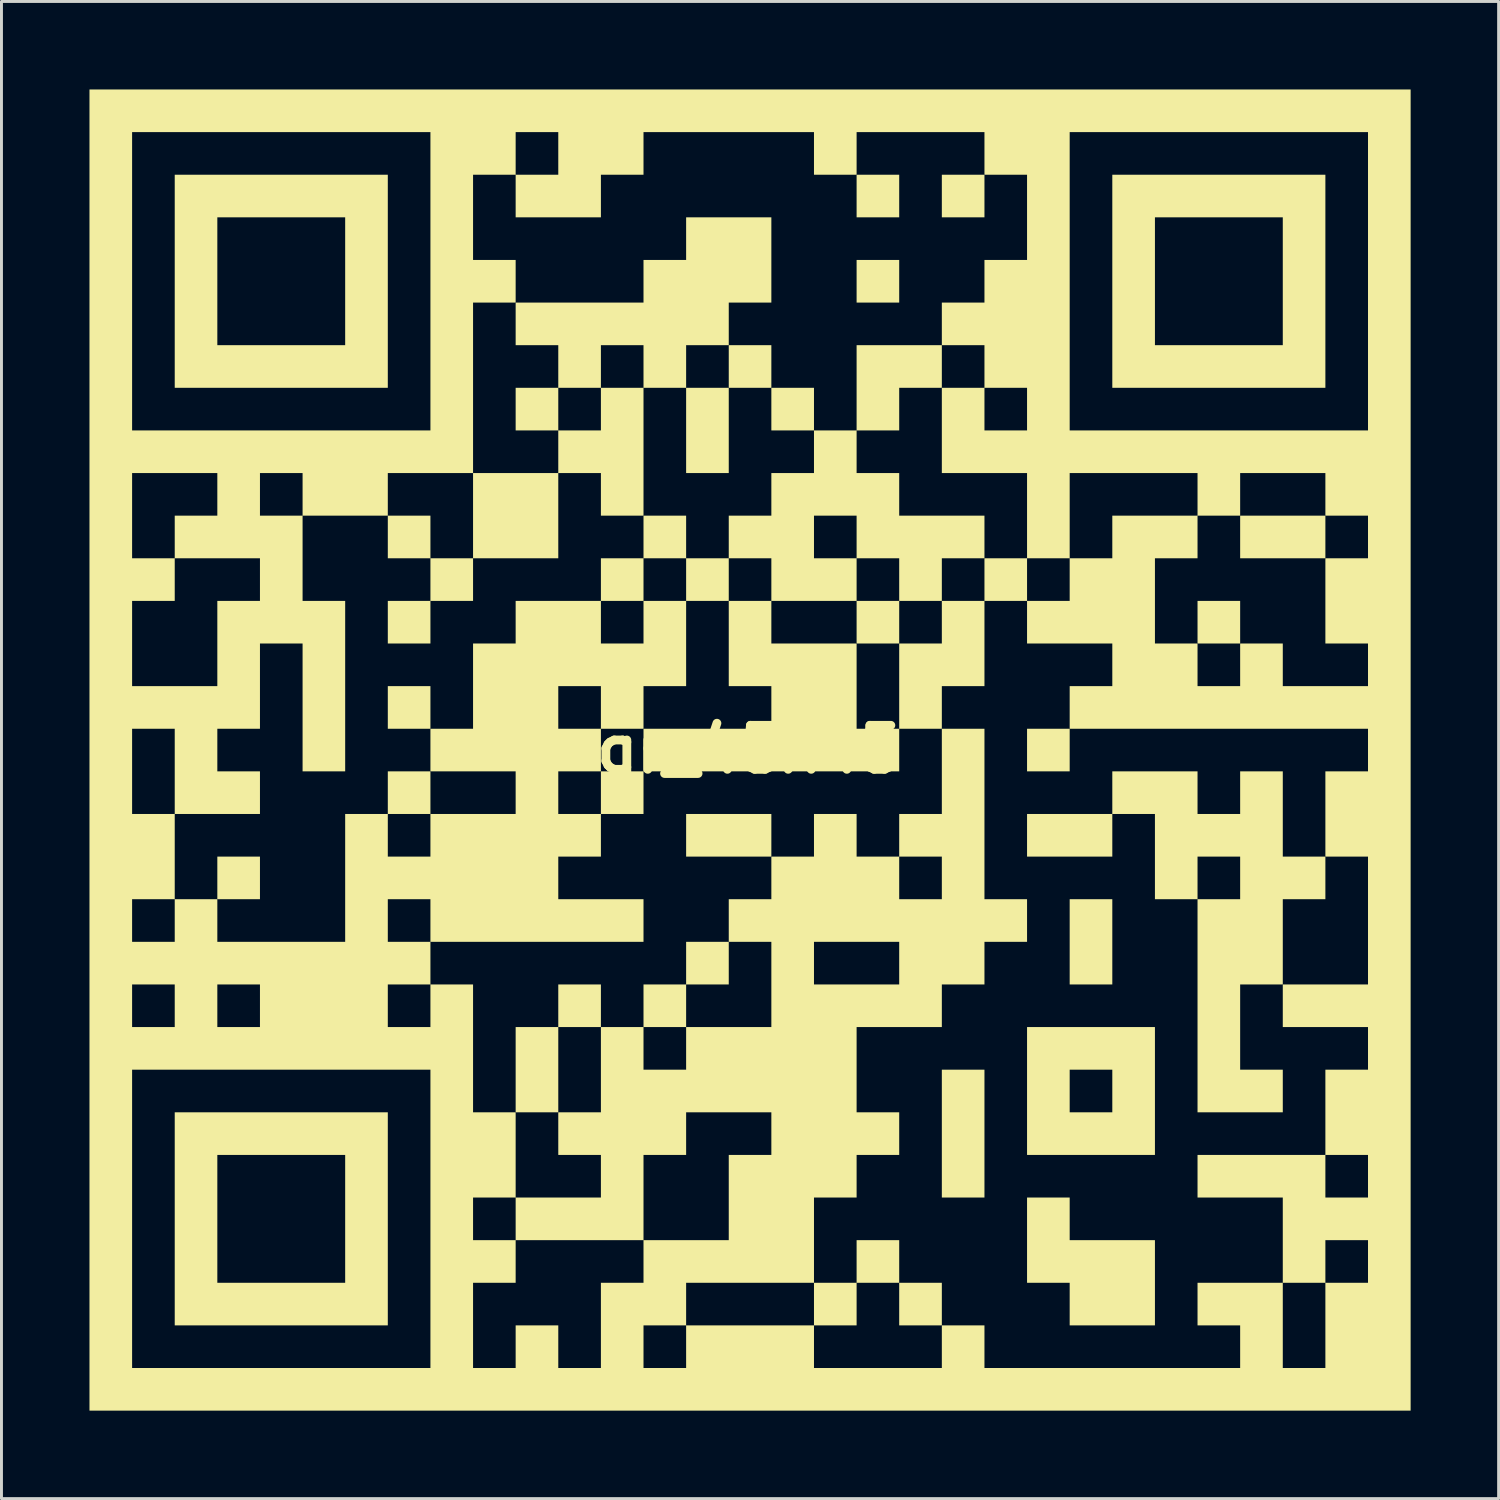
<source format=kicad_pcb>
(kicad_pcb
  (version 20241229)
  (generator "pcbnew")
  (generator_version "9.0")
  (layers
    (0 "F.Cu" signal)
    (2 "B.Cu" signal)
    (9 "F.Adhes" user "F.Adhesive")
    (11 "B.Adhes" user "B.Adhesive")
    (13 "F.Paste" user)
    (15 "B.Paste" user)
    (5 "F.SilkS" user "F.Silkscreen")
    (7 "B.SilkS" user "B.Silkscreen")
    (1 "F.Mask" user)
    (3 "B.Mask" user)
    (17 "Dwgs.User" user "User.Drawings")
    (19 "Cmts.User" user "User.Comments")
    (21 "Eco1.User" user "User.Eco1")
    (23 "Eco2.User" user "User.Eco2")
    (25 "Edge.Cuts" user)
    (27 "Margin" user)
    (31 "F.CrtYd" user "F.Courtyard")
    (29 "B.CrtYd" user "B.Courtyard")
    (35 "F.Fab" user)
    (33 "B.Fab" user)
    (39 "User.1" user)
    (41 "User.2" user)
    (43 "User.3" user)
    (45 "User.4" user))
  (footprint "qr_45x45"
    (layer "F.Cu")
    (at 22.495 22.495)
    (property "Reference" "qr_45x45" (at 0 0 0) (layer "F.SilkS") (effects (font (size 1.5 1.5) (thickness 0.3))))
    (attr board_only exclude_from_pos_files exclude_from_bom)
    (fp_poly (pts (xy -16.684 4.38) (xy -16.684 5.106) (xy -17.41 5.106) (xy -18.137 5.106) (xy -18.137 4.38) (xy -18.137 3.654) (xy -17.41 3.654) (xy -16.684 3.654)) (stroke (width 0) (type solid)) (fill yes) (layer "F.SilkS"))
    (fp_poly (pts (xy -10.873 -1.431) (xy -10.873 -0.704) (xy -11.599 -0.704) (xy -12.326 -0.704) (xy -12.326 -1.431) (xy -12.326 -2.157) (xy -11.599 -2.157) (xy -10.873 -2.157)) (stroke (width 0) (type solid)) (fill yes) (layer "F.SilkS"))
    (fp_poly (pts (xy -10.873 1.475) (xy -10.873 2.201) (xy -11.599 2.201) (xy -12.326 2.201) (xy -12.326 1.475) (xy -12.326 0.748) (xy -11.599 0.748) (xy -10.873 0.748)) (stroke (width 0) (type solid)) (fill yes) (layer "F.SilkS"))
    (fp_poly (pts (xy -0.704 -10.873) (xy -0.704 -9.42) (xy -1.431 -9.42) (xy -2.157 -9.42) (xy -2.157 -10.873) (xy -2.157 -12.326) (xy -1.431 -12.326) (xy -0.704 -12.326)) (stroke (width 0) (type solid)) (fill yes) (layer "F.SilkS"))
    (fp_poly (pts (xy 0.748 -13.052) (xy 0.748 -12.326) (xy 0.022 -12.326) (xy -0.704 -12.326) (xy -0.704 -13.052) (xy -0.704 -13.779) (xy 0.022 -13.779) (xy 0.748 -13.779)) (stroke (width 0) (type solid)) (fill yes) (layer "F.SilkS"))
    (fp_poly (pts (xy 0.748 2.927) (xy 0.748 3.654) (xy -0.704 3.654) (xy -2.157 3.654) (xy -2.157 2.927) (xy -2.157 2.201) (xy -0.704 2.201) (xy 0.748 2.201)) (stroke (width 0) (type solid)) (fill yes) (layer "F.SilkS"))
    (fp_poly (pts (xy 5.106 -18.863) (xy 5.106 -18.137) (xy 4.38 -18.137) (xy 3.654 -18.137) (xy 3.654 -18.863) (xy 3.654 -19.589) (xy 4.38 -19.589) (xy 5.106 -19.589)) (stroke (width 0) (type solid)) (fill yes) (layer "F.SilkS"))
    (fp_poly (pts (xy 5.106 -15.958) (xy 5.106 -15.231) (xy 4.38 -15.231) (xy 3.654 -15.231) (xy 3.654 -15.958) (xy 3.654 -16.684) (xy 4.38 -16.684) (xy 5.106 -16.684)) (stroke (width 0) (type solid)) (fill yes) (layer "F.SilkS"))
    (fp_poly (pts (xy 5.106 -4.336) (xy 5.106 -3.61) (xy 4.38 -3.61) (xy 3.654 -3.61) (xy 3.654 -4.336) (xy 3.654 -5.062) (xy 4.38 -5.062) (xy 5.106 -5.062)) (stroke (width 0) (type solid)) (fill yes) (layer "F.SilkS"))
    (fp_poly (pts (xy 6.559 18.907) (xy 6.559 19.633) (xy 5.833 19.633) (xy 5.106 19.633) (xy 5.106 18.907) (xy 5.106 18.181) (xy 5.833 18.181) (xy 6.559 18.181)) (stroke (width 0) (type solid)) (fill yes) (layer "F.SilkS"))
    (fp_poly (pts (xy 8.012 -18.863) (xy 8.012 -18.137) (xy 7.285 -18.137) (xy 6.559 -18.137) (xy 6.559 -18.863) (xy 6.559 -19.589) (xy 7.285 -19.589) (xy 8.012 -19.589)) (stroke (width 0) (type solid)) (fill yes) (layer "F.SilkS"))
    (fp_poly (pts (xy 8.012 13.096) (xy 8.012 15.275) (xy 7.285 15.275) (xy 6.559 15.275) (xy 6.559 13.096) (xy 6.559 10.917) (xy 7.285 10.917) (xy 8.012 10.917)) (stroke (width 0) (type solid)) (fill yes) (layer "F.SilkS"))
    (fp_poly (pts (xy 10.917 0.022) (xy 10.917 0.748) (xy 10.191 0.748) (xy 9.464 0.748) (xy 9.464 0.022) (xy 9.464 -0.704) (xy 10.191 -0.704) (xy 10.917 -0.704)) (stroke (width 0) (type solid)) (fill yes) (layer "F.SilkS"))
    (fp_poly (pts (xy 12.37 6.559) (xy 12.37 8.012) (xy 11.644 8.012) (xy 10.917 8.012) (xy 10.917 6.559) (xy 10.917 5.106) (xy 11.644 5.106) (xy 12.37 5.106)) (stroke (width 0) (type solid)) (fill yes) (layer "F.SilkS"))
    (fp_poly (pts (xy 16.728 -4.336) (xy 16.728 -3.61) (xy 16.002 -3.61) (xy 15.275 -3.61) (xy 15.275 -4.336) (xy 15.275 -5.062) (xy 16.002 -5.062) (xy 16.728 -5.062)) (stroke (width 0) (type solid)) (fill yes) (layer "F.SilkS"))
    (fp_poly (pts (xy 19.633 -7.241) (xy 19.633 -6.515) (xy 18.181 -6.515) (xy 16.728 -6.515) (xy 16.728 -7.241) (xy 16.728 -7.968) (xy 18.181 -7.968) (xy 19.633 -7.968)) (stroke (width 0) (type solid)) (fill yes) (layer "F.SilkS"))
    (fp_poly (pts (xy -5.062 8.738) (xy -5.062 9.464) (xy -5.789 9.464) (xy -6.515 9.464) (xy -6.515 10.917) (xy -6.515 12.37) (xy -7.241 12.37) (xy -7.968 12.37) (xy -7.968 10.917) (xy -7.968 9.464) (xy -7.241 9.464) (xy -6.515 9.464) (xy -6.515 8.738) (xy -6.515 8.012) (xy -5.789 8.012) (xy -5.062 8.012)) (stroke (width 0) (type solid)) (fill yes) (layer "F.SilkS"))
    (fp_poly (pts (xy -0.704 7.285) (xy -0.704 8.012) (xy -1.431 8.012) (xy -2.157 8.012) (xy -2.157 8.738) (xy -2.157 9.464) (xy -2.883 9.464) (xy -3.61 9.464) (xy -3.61 8.738) (xy -3.61 8.012) (xy -2.883 8.012) (xy -2.157 8.012) (xy -2.157 7.285) (xy -2.157 6.559) (xy -1.431 6.559) (xy -0.704 6.559)) (stroke (width 0) (type solid)) (fill yes) (layer "F.SilkS"))
    (fp_poly (pts (xy 5.106 17.454) (xy 5.106 18.181) (xy 4.38 18.181) (xy 3.654 18.181) (xy 3.654 18.907) (xy 3.654 19.633) (xy 2.927 19.633) (xy 2.201 19.633) (xy 2.201 18.907) (xy 2.201 18.181) (xy 2.927 18.181) (xy 3.654 18.181) (xy 3.654 17.454) (xy 3.654 16.728) (xy 4.38 16.728) (xy 5.106 16.728)) (stroke (width 0) (type solid)) (fill yes) (layer "F.SilkS"))
    (fp_poly (pts (xy 10.917 16.002) (xy 10.917 16.728) (xy 12.37 16.728) (xy 13.823 16.728) (xy 13.823 18.181) (xy 13.823 19.633) (xy 12.37 19.633) (xy 10.917 19.633) (xy 10.917 18.907) (xy 10.917 18.181) (xy 10.191 18.181) (xy 9.464 18.181) (xy 9.464 16.728) (xy 9.464 15.275) (xy 10.191 15.275) (xy 10.917 15.275)) (stroke (width 0) (type solid)) (fill yes) (layer "F.SilkS"))
    (fp_poly (pts (xy -12.326 -15.958) (xy -12.326 -12.326) (xy -15.958 -12.326) (xy -19.589 -12.326) (xy -19.589 -15.958) (xy -19.589 -18.137) (xy -18.137 -18.137) (xy -18.137 -15.958) (xy -18.137 -13.779) (xy -15.958 -13.779) (xy -13.779 -13.779) (xy -13.779 -15.958) (xy -13.779 -18.137) (xy -15.958 -18.137) (xy -18.137 -18.137) (xy -19.589 -18.137) (xy -19.589 -19.589) (xy -15.958 -19.589) (xy -12.326 -19.589)) (stroke (width 0) (type solid)) (fill yes) (layer "F.SilkS"))
    (fp_poly (pts (xy -12.326 16.002) (xy -12.326 19.633) (xy -15.958 19.633) (xy -19.589 19.633) (xy -19.589 16.002) (xy -19.589 13.823) (xy -18.137 13.823) (xy -18.137 16.002) (xy -18.137 18.181) (xy -15.958 18.181) (xy -13.779 18.181) (xy -13.779 16.002) (xy -13.779 13.823) (xy -15.958 13.823) (xy -18.137 13.823) (xy -19.589 13.823) (xy -19.589 12.37) (xy -15.958 12.37) (xy -12.326 12.37)) (stroke (width 0) (type solid)) (fill yes) (layer "F.SilkS"))
    (fp_poly (pts (xy 13.823 11.644) (xy 13.823 13.823) (xy 11.644 13.823) (xy 9.464 13.823) (xy 9.464 11.644) (xy 9.464 10.917) (xy 10.917 10.917) (xy 10.917 11.644) (xy 10.917 12.37) (xy 11.644 12.37) (xy 12.37 12.37) (xy 12.37 11.644) (xy 12.37 10.917) (xy 11.644 10.917) (xy 10.917 10.917) (xy 9.464 10.917) (xy 9.464 9.464) (xy 11.644 9.464) (xy 13.823 9.464)) (stroke (width 0) (type solid)) (fill yes) (layer "F.SilkS"))
    (fp_poly (pts (xy 19.633 -15.958) (xy 19.633 -12.326) (xy 16.002 -12.326) (xy 12.37 -12.326) (xy 12.37 -15.958) (xy 12.37 -18.137) (xy 13.823 -18.137) (xy 13.823 -15.958) (xy 13.823 -13.779) (xy 16.002 -13.779) (xy 18.181 -13.779) (xy 18.181 -15.958) (xy 18.181 -18.137) (xy 16.002 -18.137) (xy 13.823 -18.137) (xy 12.37 -18.137) (xy 12.37 -19.589) (xy 16.002 -19.589) (xy 19.633 -19.589)) (stroke (width 0) (type solid)) (fill yes) (layer "F.SilkS"))
    (fp_poly (pts (xy 9.464 -5.789) (xy 9.464 -5.062) (xy 8.738 -5.062) (xy 8.012 -5.062) (xy 8.012 -3.61) (xy 8.012 -2.157) (xy 7.285 -2.157) (xy 6.559 -2.157) (xy 6.559 -1.431) (xy 6.559 -0.704) (xy 5.833 -0.704) (xy 5.106 -0.704) (xy 5.106 0.022) (xy 5.106 0.748) (xy 0.748 0.748) (xy -3.61 0.748) (xy -3.61 1.475) (xy -3.61 2.201) (xy -4.336 2.201) (xy -5.062 2.201) (xy -5.062 1.475) (xy -5.062 0.748) (xy -4.336 0.748) (xy -3.61 0.748) (xy -3.61 0.022) (xy -3.61 -0.704) (xy -1.431 -0.704) (xy 0.748 -0.704) (xy 0.748 -1.431) (xy 0.748 -2.157) (xy 0.022 -2.157) (xy -0.704 -2.157) (xy -0.704 -3.61) (xy -0.704 -5.062) (xy 0.022 -5.062) (xy 0.748 -5.062) (xy 0.748 -4.336) (xy 0.748 -3.61) (xy 2.201 -3.61) (xy 3.654 -3.61) (xy 3.654 -2.157) (xy 3.654 -0.704) (xy 4.38 -0.704) (xy 5.106 -0.704) (xy 5.106 -2.157) (xy 5.106 -3.61) (xy 5.833 -3.61) (xy 6.559 -3.61) (xy 6.559 -4.336) (xy 6.559 -5.062) (xy 7.285 -5.062) (xy 8.012 -5.062) (xy 8.012 -5.789) (xy 8.012 -6.515) (xy 8.738 -6.515) (xy 9.464 -6.515)) (stroke (width 0) (type solid)) (fill yes) (layer "F.SilkS"))
    (fp_poly (pts (xy 15.275 1.475) (xy 15.275 2.201) (xy 16.002 2.201) (xy 16.728 2.201) (xy 16.728 1.475) (xy 16.728 0.748) (xy 17.454 0.748) (xy 18.181 0.748) (xy 18.181 2.201) (xy 18.181 3.654) (xy 18.907 3.654) (xy 19.633 3.654) (xy 19.633 4.38) (xy 19.633 5.106) (xy 18.907 5.106) (xy 18.181 5.106) (xy 18.181 6.559) (xy 18.181 8.012) (xy 17.454 8.012) (xy 16.728 8.012) (xy 16.728 9.464) (xy 16.728 10.917) (xy 17.454 10.917) (xy 18.181 10.917) (xy 18.181 11.644) (xy 18.181 12.37) (xy 16.728 12.37) (xy 15.275 12.37) (xy 15.275 8.738) (xy 15.275 5.106) (xy 14.549 5.106) (xy 13.823 5.106) (xy 13.823 3.654) (xy 15.275 3.654) (xy 15.275 4.38) (xy 15.275 5.106) (xy 16.002 5.106) (xy 16.728 5.106) (xy 16.728 4.38) (xy 16.728 3.654) (xy 16.002 3.654) (xy 15.275 3.654) (xy 13.823 3.654) (xy 13.823 2.201) (xy 13.096 2.201) (xy 12.37 2.201) (xy 12.37 2.927) (xy 12.37 3.654) (xy 10.917 3.654) (xy 9.464 3.654) (xy 9.464 2.927) (xy 9.464 2.201) (xy 10.917 2.201) (xy 12.37 2.201) (xy 12.37 1.475) (xy 12.37 0.748) (xy 13.823 0.748) (xy 15.275 0.748)) (stroke (width 0) (type solid)) (fill yes) (layer "F.SilkS"))
    (fp_poly (pts (xy 0.748 -16.684) (xy 0.748 -15.231) (xy 0.022 -15.231) (xy -0.704 -15.231) (xy -0.704 -14.505) (xy -0.704 -13.779) (xy -1.431 -13.779) (xy -2.157 -13.779) (xy -2.157 -13.052) (xy -2.157 -12.326) (xy -2.883 -12.326) (xy -3.61 -12.326) (xy -3.61 -13.052) (xy -3.61 -13.779) (xy -4.336 -13.779) (xy -5.062 -13.779) (xy -5.062 -13.052) (xy -5.062 -12.326) (xy -5.789 -12.326) (xy -6.515 -12.326) (xy -6.515 -11.599) (xy -6.515 -10.873) (xy -5.789 -10.873) (xy -5.062 -10.873) (xy -5.062 -11.599) (xy -5.062 -12.326) (xy -4.336 -12.326) (xy -3.61 -12.326) (xy -3.61 -10.147) (xy -3.61 -7.968) (xy -4.336 -7.968) (xy -5.062 -7.968) (xy -5.062 -8.694) (xy -5.062 -9.42) (xy -5.789 -9.42) (xy -6.515 -9.42) (xy -6.515 -7.968) (xy -6.515 -6.515) (xy -7.968 -6.515) (xy -9.42 -6.515) (xy -9.42 -5.789) (xy -9.42 -5.062) (xy -10.147 -5.062) (xy -10.873 -5.062) (xy -10.873 -4.336) (xy -10.873 -3.61) (xy -11.599 -3.61) (xy -12.326 -3.61) (xy -12.326 -4.336) (xy -12.326 -5.062) (xy -11.599 -5.062) (xy -10.873 -5.062) (xy -10.873 -5.789) (xy -10.873 -6.515) (xy -11.599 -6.515) (xy -12.326 -6.515) (xy -12.326 -7.241) (xy -12.326 -7.968) (xy -11.599 -7.968) (xy -10.873 -7.968) (xy -10.873 -7.241) (xy -10.873 -6.515) (xy -10.147 -6.515) (xy -9.42 -6.515) (xy -9.42 -7.968) (xy -9.42 -9.42) (xy -7.968 -9.42) (xy -6.515 -9.42) (xy -6.515 -10.147) (xy -6.515 -10.873) (xy -7.241 -10.873) (xy -7.968 -10.873) (xy -7.968 -11.599) (xy -7.968 -12.326) (xy -7.241 -12.326) (xy -6.515 -12.326) (xy -6.515 -13.052) (xy -6.515 -13.779) (xy -7.241 -13.779) (xy -7.968 -13.779) (xy -7.968 -14.505) (xy -7.968 -15.231) (xy -5.789 -15.231) (xy -3.61 -15.231) (xy -3.61 -15.958) (xy -3.61 -16.684) (xy -2.883 -16.684) (xy -2.157 -16.684) (xy -2.157 -17.41) (xy -2.157 -18.137) (xy -0.704 -18.137) (xy 0.748 -18.137)) (stroke (width 0) (type solid)) (fill yes) (layer "F.SilkS"))
    (fp_poly (pts (xy 6.559 -13.052) (xy 6.559 -12.326) (xy 5.833 -12.326) (xy 5.106 -12.326) (xy 5.106 -11.599) (xy 5.106 -10.873) (xy 4.38 -10.873) (xy 3.654 -10.873) (xy 3.654 -10.147) (xy 3.654 -9.42) (xy 4.38 -9.42) (xy 5.106 -9.42) (xy 5.106 -8.694) (xy 5.106 -7.968) (xy 6.559 -7.968) (xy 8.012 -7.968) (xy 8.012 -7.241) (xy 8.012 -6.515) (xy 7.285 -6.515) (xy 6.559 -6.515) (xy 6.559 -5.789) (xy 6.559 -5.062) (xy 5.833 -5.062) (xy 5.106 -5.062) (xy 5.106 -5.789) (xy 5.106 -6.515) (xy 4.38 -6.515) (xy 3.654 -6.515) (xy 3.654 -5.789) (xy 3.654 -5.062) (xy 2.201 -5.062) (xy 0.748 -5.062) (xy 0.748 -5.789) (xy 0.748 -6.515) (xy 0.022 -6.515) (xy -0.704 -6.515) (xy -0.704 -5.789) (xy -0.704 -5.062) (xy -1.431 -5.062) (xy -2.157 -5.062) (xy -2.157 -5.789) (xy -2.157 -6.515) (xy -2.883 -6.515) (xy -3.61 -6.515) (xy -3.61 -5.789) (xy -3.61 -5.062) (xy -4.336 -5.062) (xy -5.062 -5.062) (xy -5.062 -5.789) (xy -5.062 -6.515) (xy -4.336 -6.515) (xy -3.61 -6.515) (xy -3.61 -7.241) (xy -3.61 -7.968) (xy -2.883 -7.968) (xy -2.157 -7.968) (xy -2.157 -7.241) (xy -2.157 -6.515) (xy -1.431 -6.515) (xy -0.704 -6.515) (xy -0.704 -7.241) (xy -0.704 -7.968) (xy 0.022 -7.968) (xy 0.748 -7.968) (xy 2.201 -7.968) (xy 2.201 -7.241) (xy 2.201 -6.515) (xy 2.927 -6.515) (xy 3.654 -6.515) (xy 3.654 -7.241) (xy 3.654 -7.968) (xy 2.927 -7.968) (xy 2.201 -7.968) (xy 0.748 -7.968) (xy 0.748 -8.694) (xy 0.748 -9.42) (xy 1.475 -9.42) (xy 2.201 -9.42) (xy 2.201 -10.147) (xy 2.201 -10.873) (xy 1.475 -10.873) (xy 0.748 -10.873) (xy 0.748 -11.599) (xy 0.748 -12.326) (xy 1.475 -12.326) (xy 2.201 -12.326) (xy 2.201 -11.599) (xy 2.201 -10.873) (xy 2.927 -10.873) (xy 3.654 -10.873) (xy 3.654 -12.326) (xy 3.654 -13.779) (xy 5.106 -13.779) (xy 6.559 -13.779)) (stroke (width 0) (type solid)) (fill yes) (layer "F.SilkS"))
    (fp_poly (pts (xy 22.539 0.022) (xy 22.539 22.539) (xy 0.022 22.539) (xy -22.495 22.539) (xy -22.495 10.917) (xy -21.042 10.917) (xy -21.042 16.002) (xy -21.042 21.086) (xy -15.958 21.086) (xy -10.873 21.086) (xy -10.873 16.002) (xy -10.873 10.917) (xy -15.958 10.917) (xy -21.042 10.917) (xy -22.495 10.917) (xy -22.495 8.012) (xy -21.042 8.012) (xy -21.042 8.738) (xy -21.042 9.464) (xy -20.316 9.464) (xy -19.589 9.464) (xy -19.589 8.738) (xy -19.589 8.012) (xy -18.137 8.012) (xy -18.137 8.738) (xy -18.137 9.464) (xy -17.41 9.464) (xy -16.684 9.464) (xy -16.684 8.738) (xy -16.684 8.012) (xy -17.41 8.012) (xy -18.137 8.012) (xy -19.589 8.012) (xy -20.316 8.012) (xy -21.042 8.012) (xy -22.495 8.012) (xy -22.495 6.559) (xy -21.042 6.559) (xy -20.316 6.559) (xy -19.589 6.559) (xy -19.589 5.833) (xy -19.589 5.106) (xy -18.863 5.106) (xy -18.137 5.106) (xy -18.137 5.833) (xy -18.137 6.559) (xy -15.958 6.559) (xy -13.779 6.559) (xy -13.779 4.38) (xy -13.779 2.201) (xy -13.052 2.201) (xy -12.326 2.201) (xy -12.326 2.927) (xy -12.326 3.654) (xy -11.599 3.654) (xy -10.873 3.654) (xy -10.873 2.927) (xy -10.873 2.201) (xy -9.42 2.201) (xy -7.968 2.201) (xy -7.968 1.475) (xy -7.968 0.748) (xy -9.42 0.748) (xy -10.873 0.748) (xy -10.873 0.022) (xy -10.873 -0.704) (xy -10.147 -0.704) (xy -9.42 -0.704) (xy -9.42 -2.157) (xy -9.42 -3.61) (xy -8.694 -3.61) (xy -7.968 -3.61) (xy -7.968 -4.336) (xy -7.968 -5.062) (xy -6.515 -5.062) (xy -5.062 -5.062) (xy -5.062 -4.336) (xy -5.062 -3.61) (xy -4.336 -3.61) (xy -3.61 -3.61) (xy -3.61 -4.336) (xy -3.61 -5.062) (xy -2.883 -5.062) (xy -2.157 -5.062) (xy -2.157 -3.61) (xy -2.157 -2.157) (xy -2.883 -2.157) (xy -3.61 -2.157) (xy -3.61 -1.431) (xy -3.61 -0.704) (xy -4.336 -0.704) (xy -5.062 -0.704) (xy -5.062 -1.431) (xy -5.062 -2.157) (xy -5.789 -2.157) (xy -6.515 -2.157) (xy -6.515 -1.431) (xy -6.515 -0.704) (xy -5.789 -0.704) (xy -5.062 -0.704) (xy -5.062 0.022) (xy -5.062 0.748) (xy -5.789 0.748) (xy -6.515 0.748) (xy -6.515 1.475) (xy -6.515 2.201) (xy -5.789 2.201) (xy -5.062 2.201) (xy -5.062 2.927) (xy -5.062 3.654) (xy -5.789 3.654) (xy -6.515 3.654) (xy -6.515 4.38) (xy -6.515 5.106) (xy -5.062 5.106) (xy -3.61 5.106) (xy -3.61 5.833) (xy -3.61 6.559) (xy -7.241 6.559) (xy -10.873 6.559) (xy -10.873 5.833) (xy -10.873 5.106) (xy -11.599 5.106) (xy -12.326 5.106) (xy -12.326 5.833) (xy -12.326 6.559) (xy -11.599 6.559) (xy -10.873 6.559) (xy -10.873 7.285) (xy -10.873 8.012) (xy -11.599 8.012) (xy -12.326 8.012) (xy -12.326 8.738) (xy -12.326 9.464) (xy -11.599 9.464) (xy -10.873 9.464) (xy -10.873 8.738) (xy -10.873 8.012) (xy -10.147 8.012) (xy -9.42 8.012) (xy -9.42 10.191) (xy -9.42 12.37) (xy -8.694 12.37) (xy -7.968 12.37) (xy -7.968 13.823) (xy -7.968 15.275) (xy -8.694 15.275) (xy -9.42 15.275) (xy -9.42 16.002) (xy -9.42 16.728) (xy -8.694 16.728) (xy -7.968 16.728) (xy -7.968 17.454) (xy -7.968 18.181) (xy -8.694 18.181) (xy -9.42 18.181) (xy -9.42 19.633) (xy -9.42 21.086) (xy -8.694 21.086) (xy -7.968 21.086) (xy -7.968 20.36) (xy -7.968 19.633) (xy -7.241 19.633) (xy -6.515 19.633) (xy -6.515 20.36) (xy -6.515 21.086) (xy -5.789 21.086) (xy -5.062 21.086) (xy -5.062 19.633) (xy -5.062 18.181) (xy -4.336 18.181) (xy -3.61 18.181) (xy -3.61 17.454) (xy -3.61 16.728) (xy -2.157 16.728) (xy -0.704 16.728) (xy -0.704 15.275) (xy -0.704 13.823) (xy 0.022 13.823) (xy 0.748 13.823) (xy 0.748 13.096) (xy 0.748 12.37) (xy -0.704 12.37) (xy -2.157 12.37) (xy -2.157 13.096) (xy -2.157 13.823) (xy -2.883 13.823) (xy -3.61 13.823) (xy -3.61 15.275) (xy -3.61 16.728) (xy -5.789 16.728) (xy -7.968 16.728) (xy -7.968 16.002) (xy -7.968 15.275) (xy -6.515 15.275) (xy -5.062 15.275) (xy -5.062 14.549) (xy -5.062 13.823) (xy -5.789 13.823) (xy -6.515 13.823) (xy -6.515 13.096) (xy -6.515 12.37) (xy -5.789 12.37) (xy -5.062 12.37) (xy -5.062 10.917) (xy -5.062 9.464) (xy -4.336 9.464) (xy -3.61 9.464) (xy -3.61 10.191) (xy -3.61 10.917) (xy -2.883 10.917) (xy -2.157 10.917) (xy -2.157 10.191) (xy -2.157 9.464) (xy -0.704 9.464) (xy 0.748 9.464) (xy 0.748 8.012) (xy 0.748 6.559) (xy 2.201 6.559) (xy 2.201 7.285) (xy 2.201 8.012) (xy 3.654 8.012) (xy 5.106 8.012) (xy 5.106 7.285) (xy 5.106 6.559) (xy 3.654 6.559) (xy 2.201 6.559) (xy 0.748 6.559) (xy 0.022 6.559) (xy -0.704 6.559) (xy -0.704 5.833) (xy -0.704 5.106) (xy 0.022 5.106) (xy 0.748 5.106) (xy 0.748 4.38) (xy 0.748 3.654) (xy 1.475 3.654) (xy 2.201 3.654) (xy 2.201 2.927) (xy 2.201 2.201) (xy 2.927 2.201) (xy 3.654 2.201) (xy 3.654 2.927) (xy 3.654 3.654) (xy 4.38 3.654) (xy 5.106 3.654) (xy 5.106 4.38) (xy 5.106 5.106) (xy 5.833 5.106) (xy 6.559 5.106) (xy 6.559 4.38) (xy 6.559 3.654) (xy 5.833 3.654) (xy 5.106 3.654) (xy 5.106 2.927) (xy 5.106 2.201) (xy 5.833 2.201) (xy 6.559 2.201) (xy 6.559 0.748) (xy 6.559 -0.704) (xy 7.285 -0.704) (xy 8.012 -0.704) (xy 8.012 2.201) (xy 8.012 5.106) (xy 8.738 5.106) (xy 9.464 5.106) (xy 9.464 5.833) (xy 9.464 6.559) (xy 8.738 6.559) (xy 8.012 6.559) (xy 8.012 7.285) (xy 8.012 8.012) (xy 7.285 8.012) (xy 6.559 8.012) (xy 6.559 8.738) (xy 6.559 9.464) (xy 5.106 9.464) (xy 3.654 9.464) (xy 3.654 10.917) (xy 3.654 12.37) (xy 4.38 12.37) (xy 5.106 12.37) (xy 5.106 13.096) (xy 5.106 13.823) (xy 4.38 13.823) (xy 3.654 13.823) (xy 3.654 14.549) (xy 3.654 15.275) (xy 2.927 15.275) (xy 2.201 15.275) (xy 2.201 16.728) (xy 2.201 18.181) (xy 0.022 18.181) (xy -2.157 18.181) (xy -2.157 18.907) (xy -2.157 19.633) (xy -2.883 19.633) (xy -3.61 19.633) (xy -3.61 20.36) (xy -3.61 21.086) (xy -2.883 21.086) (xy -2.157 21.086) (xy -2.157 20.36) (xy -2.157 19.633) (xy 0.022 19.633) (xy 2.201 19.633) (xy 2.201 20.36) (xy 2.201 21.086) (xy 4.38 21.086) (xy 6.559 21.086) (xy 6.559 20.36) (xy 6.559 19.633) (xy 7.285 19.633) (xy 8.012 19.633) (xy 8.012 20.36) (xy 8.012 21.086) (xy 12.37 21.086) (xy 16.728 21.086) (xy 16.728 20.36) (xy 16.728 19.633) (xy 16.002 19.633) (xy 15.275 19.633) (xy 15.275 18.907) (xy 15.275 18.181) (xy 16.728 18.181) (xy 18.181 18.181) (xy 18.181 19.633) (xy 18.181 21.086) (xy 18.907 21.086) (xy 19.633 21.086) (xy 19.633 19.633) (xy 19.633 18.181) (xy 20.36 18.181) (xy 21.086 18.181) (xy 21.086 17.454) (xy 21.086 16.728) (xy 20.36 16.728) (xy 19.633 16.728) (xy 19.633 17.454) (xy 19.633 18.181) (xy 18.907 18.181) (xy 18.181 18.181) (xy 18.181 16.728) (xy 18.181 15.275) (xy 16.728 15.275) (xy 15.275 15.275) (xy 15.275 14.549) (xy 15.275 13.823) (xy 17.454 13.823) (xy 19.633 13.823) (xy 19.633 14.549) (xy 19.633 15.275) (xy 20.36 15.275) (xy 21.086 15.275) (xy 21.086 14.549) (xy 21.086 13.823) (xy 20.36 13.823) (xy 19.633 13.823) (xy 19.633 12.37) (xy 19.633 10.917) (xy 20.36 10.917) (xy 21.086 10.917) (xy 21.086 10.191) (xy 21.086 9.464) (xy 19.633 9.464) (xy 18.181 9.464) (xy 18.181 8.738) (xy 18.181 8.012) (xy 19.633 8.012) (xy 21.086 8.012) (xy 21.086 5.833) (xy 21.086 3.654) (xy 20.36 3.654) (xy 19.633 3.654) (xy 19.633 2.201) (xy 19.633 0.748) (xy 20.36 0.748) (xy 21.086 0.748) (xy 21.086 0.022) (xy 21.086 -0.704) (xy 16.002 -0.704) (xy 10.917 -0.704) (xy 10.917 -1.431) (xy 10.917 -2.157) (xy 11.644 -2.157) (xy 12.37 -2.157) (xy 12.37 -2.883) (xy 12.37 -3.61) (xy 10.917 -3.61) (xy 9.464 -3.61) (xy 9.464 -4.336) (xy 9.464 -5.062) (xy 10.191 -5.062) (xy 10.917 -5.062) (xy 10.917 -5.789) (xy 10.917 -6.515) (xy 11.644 -6.515) (xy 12.37 -6.515) (xy 12.37 -7.241) (xy 12.37 -7.968) (xy 13.823 -7.968) (xy 15.275 -7.968) (xy 15.275 -7.241) (xy 15.275 -6.515) (xy 14.549 -6.515) (xy 13.823 -6.515) (xy 13.823 -5.062) (xy 13.823 -3.61) (xy 14.549 -3.61) (xy 15.275 -3.61) (xy 15.275 -2.883) (xy 15.275 -2.157) (xy 16.002 -2.157) (xy 16.728 -2.157) (xy 16.728 -2.883) (xy 16.728 -3.61) (xy 17.454 -3.61) (xy 18.181 -3.61) (xy 18.181 -2.883) (xy 18.181 -2.157) (xy 19.633 -2.157) (xy 21.086 -2.157) (xy 21.086 -2.883) (xy 21.086 -3.61) (xy 20.36 -3.61) (xy 19.633 -3.61) (xy 19.633 -5.062) (xy 19.633 -6.515) (xy 20.36 -6.515) (xy 21.086 -6.515) (xy 21.086 -7.241) (xy 21.086 -7.968) (xy 20.36 -7.968) (xy 19.633 -7.968) (xy 19.633 -8.694) (xy 19.633 -9.42) (xy 18.181 -9.42) (xy 16.728 -9.42) (xy 16.728 -8.694) (xy 16.728 -7.968) (xy 16.002 -7.968) (xy 15.275 -7.968) (xy 15.275 -8.694) (xy 15.275 -9.42) (xy 13.096 -9.42) (xy 10.917 -9.42) (xy 10.917 -7.968) (xy 10.917 -6.515) (xy 10.191 -6.515) (xy 9.464 -6.515) (xy 9.464 -7.968) (xy 9.464 -9.42) (xy 8.012 -9.42) (xy 6.559 -9.42) (xy 6.559 -10.873) (xy 6.559 -12.326) (xy 7.285 -12.326) (xy 8.012 -12.326) (xy 8.012 -11.599) (xy 8.012 -10.873) (xy 8.738 -10.873) (xy 9.464 -10.873) (xy 9.464 -11.599) (xy 9.464 -12.326) (xy 8.738 -12.326) (xy 8.012 -12.326) (xy 8.012 -13.052) (xy 8.012 -13.779) (xy 7.285 -13.779) (xy 6.559 -13.779) (xy 6.559 -14.505) (xy 6.559 -15.231) (xy 7.285 -15.231) (xy 8.012 -15.231) (xy 8.012 -15.958) (xy 8.012 -16.684) (xy 8.738 -16.684) (xy 9.464 -16.684) (xy 9.464 -18.137) (xy 9.464 -19.589) (xy 8.738 -19.589) (xy 8.012 -19.589) (xy 8.012 -20.316) (xy 8.012 -21.042) (xy 10.917 -21.042) (xy 10.917 -15.958) (xy 10.917 -10.873) (xy 16.002 -10.873) (xy 21.086 -10.873) (xy 21.086 -15.958) (xy 21.086 -21.042) (xy 16.002 -21.042) (xy 10.917 -21.042) (xy 8.012 -21.042) (xy 5.833 -21.042) (xy 3.654 -21.042) (xy 3.654 -20.316) (xy 3.654 -19.589) (xy 2.927 -19.589) (xy 2.201 -19.589) (xy 2.201 -20.316) (xy 2.201 -21.042) (xy -0.704 -21.042) (xy -3.61 -21.042) (xy -3.61 -20.316) (xy -3.61 -19.589) (xy -4.336 -19.589) (xy -5.062 -19.589) (xy -5.062 -18.863) (xy -5.062 -18.137) (xy -6.515 -18.137) (xy -7.968 -18.137) (xy -7.968 -18.863) (xy -7.968 -19.589) (xy -7.241 -19.589) (xy -6.515 -19.589) (xy -6.515 -20.316) (xy -6.515 -21.042) (xy -7.241 -21.042) (xy -7.968 -21.042) (xy -7.968 -20.316) (xy -7.968 -19.589) (xy -8.694 -19.589) (xy -9.42 -19.589) (xy -9.42 -18.137) (xy -9.42 -16.684) (xy -8.694 -16.684) (xy -7.968 -16.684) (xy -7.968 -15.958) (xy -7.968 -15.231) (xy -8.694 -15.231) (xy -9.42 -15.231) (xy -9.42 -12.326) (xy -9.42 -9.42) (xy -10.873 -9.42) (xy -12.326 -9.42) (xy -12.326 -8.694) (xy -12.326 -7.968) (xy -13.779 -7.968) (xy -15.231 -7.968) (xy -15.231 -8.694) (xy -15.231 -9.42) (xy -15.958 -9.42) (xy -16.684 -9.42) (xy -16.684 -8.694) (xy -16.684 -7.968) (xy -15.958 -7.968) (xy -15.231 -7.968) (xy -15.231 -6.515) (xy -15.231 -5.062) (xy -14.505 -5.062) (xy -13.779 -5.062) (xy -13.779 -2.157) (xy -13.779 0.748) (xy -14.505 0.748) (xy -15.231 0.748) (xy -15.231 -1.431) (xy -15.231 -3.61) (xy -15.958 -3.61) (xy -16.684 -3.61) (xy -16.684 -2.157) (xy -16.684 -0.704) (xy -17.41 -0.704) (xy -18.137 -0.704) (xy -18.137 0.022) (xy -18.137 0.748) (xy -17.41 0.748) (xy -16.684 0.748) (xy -16.684 1.475) (xy -16.684 2.201) (xy -18.137 2.201) (xy -19.589 2.201) (xy -19.589 0.748) (xy -19.589 -0.704) (xy -20.316 -0.704) (xy -21.042 -0.704) (xy -21.042 0.748) (xy -21.042 2.201) (xy -20.316 2.201) (xy -19.589 2.201) (xy -19.589 3.654) (xy -19.589 5.106) (xy -20.316 5.106) (xy -21.042 5.106) (xy -21.042 5.833) (xy -21.042 6.559) (xy -22.495 6.559) (xy -22.495 0.022) (xy -22.495 -2.157) (xy -21.042 -2.157) (xy -19.589 -2.157) (xy -18.137 -2.157) (xy -18.137 -3.61) (xy -18.137 -5.062) (xy -17.41 -5.062) (xy -16.684 -5.062) (xy -16.684 -5.789) (xy -16.684 -6.515) (xy -18.137 -6.515) (xy -19.589 -6.515) (xy -19.589 -5.789) (xy -19.589 -5.062) (xy -20.316 -5.062) (xy -21.042 -5.062) (xy -21.042 -3.61) (xy -21.042 -2.157) (xy -22.495 -2.157) (xy -22.495 -9.42) (xy -21.042 -9.42) (xy -21.042 -7.968) (xy -21.042 -6.515) (xy -20.316 -6.515) (xy -19.589 -6.515) (xy -19.589 -7.241) (xy -19.589 -7.968) (xy -18.863 -7.968) (xy -18.137 -7.968) (xy -18.137 -8.694) (xy -18.137 -9.42) (xy -19.589 -9.42) (xy -21.042 -9.42) (xy -22.495 -9.42) (xy -22.495 -21.042) (xy -21.042 -21.042) (xy -21.042 -15.958) (xy -21.042 -10.873) (xy -15.958 -10.873) (xy -10.873 -10.873) (xy -10.873 -15.958) (xy -10.873 -21.042) (xy -15.958 -21.042) (xy -21.042 -21.042) (xy -22.495 -21.042) (xy -22.495 -22.495) (xy 0.022 -22.495) (xy 22.539 -22.495)) (stroke (width 0) (type solid)) (fill yes) (layer "F.SilkS")))
  (gr_rect
    (start -3 -3)
    (end 48.033 48.033)
    (stroke (width 0.1) (type default))
    (fill no)
    (layer "Edge.Cuts")))
</source>
